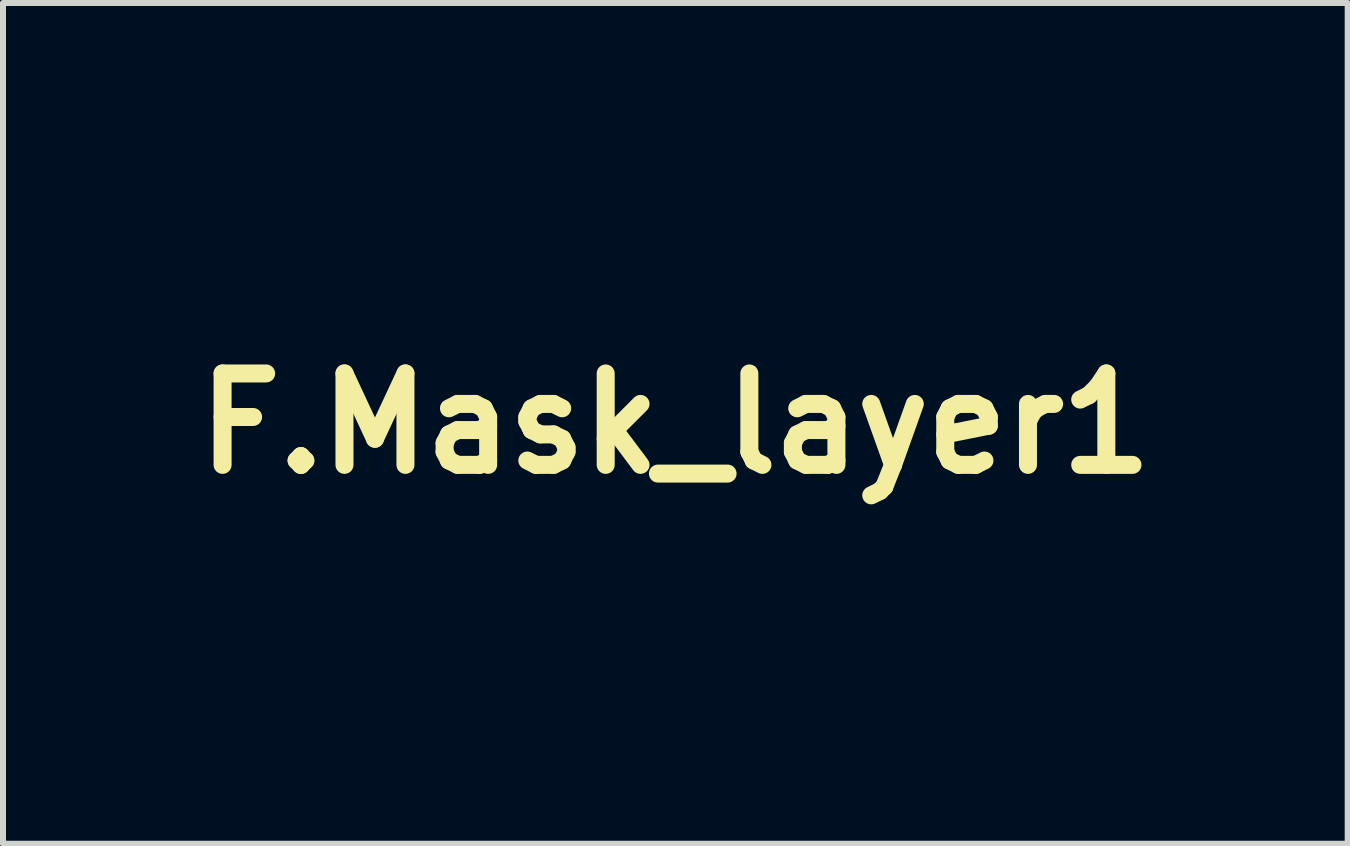
<source format=kicad_pcb>
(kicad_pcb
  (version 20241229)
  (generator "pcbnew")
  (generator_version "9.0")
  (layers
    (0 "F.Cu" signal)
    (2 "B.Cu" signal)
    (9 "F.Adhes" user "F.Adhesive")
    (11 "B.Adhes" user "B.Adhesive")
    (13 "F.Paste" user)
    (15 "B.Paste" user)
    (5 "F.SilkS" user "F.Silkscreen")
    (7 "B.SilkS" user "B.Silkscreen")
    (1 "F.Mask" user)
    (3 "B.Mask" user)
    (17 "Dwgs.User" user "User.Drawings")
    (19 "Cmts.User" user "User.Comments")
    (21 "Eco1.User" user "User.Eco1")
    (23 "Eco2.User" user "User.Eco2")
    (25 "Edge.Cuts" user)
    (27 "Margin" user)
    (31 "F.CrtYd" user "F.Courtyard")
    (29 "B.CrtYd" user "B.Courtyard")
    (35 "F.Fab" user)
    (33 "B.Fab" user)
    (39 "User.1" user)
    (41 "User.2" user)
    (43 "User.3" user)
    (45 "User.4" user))
  (footprint "F.Mask_layer1"
    (layer "F.Cu")
    (at 8.208 4.01)
    (property "Reference" "F.Mask_layer1" (at 0 0 0) (layer "F.SilkS") (effects (font (size 1.524 1.524) (thickness 0.3))))
    (attr through_hole)
    (fp_poly (pts (xy 0.498 -3.997) (xy 0.569 -3.991) (xy 0.622 -3.984) (xy 0.643 -3.978) (xy 0.644 -3.955) (xy 0.64 -3.896) (xy 0.631 -3.809) (xy 0.618 -3.7) (xy 0.602 -3.576) (xy 0.602 -3.568) (xy 0.586 -3.443) (xy 0.573 -3.333) (xy 0.564 -3.244) (xy 0.56 -3.184) (xy 0.56 -3.158) (xy 0.561 -3.158) (xy 0.584 -3.16) (xy 0.64 -3.173) (xy 0.722 -3.196) (xy 0.824 -3.226) (xy 0.894 -3.248) (xy 1.005 -3.282) (xy 1.102 -3.312) (xy 1.178 -3.335) (xy 1.225 -3.349) (xy 1.236 -3.352) (xy 1.253 -3.335) (xy 1.273 -3.29) (xy 1.294 -3.23) (xy 1.311 -3.168) (xy 1.321 -3.116) (xy 1.318 -3.089) (xy 1.318 -3.088) (xy 1.294 -3.078) (xy 1.235 -3.057) (xy 1.149 -3.028) (xy 1.042 -2.994) (xy 0.92 -2.956) (xy 0.906 -2.951) (xy 0.511 -2.829) (xy 0.499 -2.753) (xy 0.489 -2.683) (xy 0.478 -2.601) (xy 0.475 -2.579) (xy 0.462 -2.481) (xy 0.859 -2.606) (xy 0.981 -2.644) (xy 1.088 -2.677) (xy 1.174 -2.704) (xy 1.233 -2.723) (xy 1.259 -2.73) (xy 1.26 -2.731) (xy 1.267 -2.712) (xy 1.283 -2.664) (xy 1.302 -2.602) (xy 1.323 -2.528) (xy 1.328 -2.485) (xy 1.32 -2.462) (xy 1.314 -2.456) (xy 1.286 -2.445) (xy 1.224 -2.423) (xy 1.134 -2.394) (xy 1.024 -2.358) (xy 0.898 -2.318) (xy 0.856 -2.305) (xy 0.714 -2.261) (xy 0.607 -2.227) (xy 0.53 -2.2) (xy 0.478 -2.179) (xy 0.446 -2.161) (xy 0.427 -2.144) (xy 0.418 -2.126) (xy 0.415 -2.11) (xy 0.407 -2.055) (xy 0.403 -1.997) (xy 0.403 -1.949) (xy 0.408 -1.926) (xy 0.409 -1.926) (xy 0.43 -1.932) (xy 0.485 -1.949) (xy 0.566 -1.974) (xy 0.668 -2.006) (xy 0.751 -2.032) (xy 0.864 -2.067) (xy 0.963 -2.097) (xy 1.04 -2.121) (xy 1.088 -2.135) (xy 1.102 -2.138) (xy 1.114 -2.119) (xy 1.132 -2.073) (xy 1.151 -2.012) (xy 1.168 -1.949) (xy 1.179 -1.898) (xy 1.18 -1.872) (xy 1.18 -1.871) (xy 1.158 -1.862) (xy 1.101 -1.843) (xy 1.017 -1.815) (xy 0.911 -1.781) (xy 0.789 -1.742) (xy 0.759 -1.733) (xy 0.347 -1.604) (xy 0.3 -1.231) (xy 0.253 -0.857) (xy 0.38 -0.741) (xy 0.461 -0.672) (xy 0.55 -0.602) (xy 0.629 -0.548) (xy 0.751 -0.473) (xy 1.46 -0.77) (xy 1.461 -0.941) (xy 1.462 -1.032) (xy 1.465 -1.15) (xy 1.47 -1.277) (xy 1.474 -1.381) (xy 1.488 -1.651) (xy 1.761 -1.651) (xy 1.754 -1.272) (xy 1.746 -0.893) (xy 1.82 -0.925) (xy 1.879 -0.949) (xy 1.925 -0.966) (xy 1.93 -0.967) (xy 1.953 -0.98) (xy 1.969 -1.007) (xy 1.98 -1.053) (xy 1.986 -1.126) (xy 1.989 -1.231) (xy 1.989 -1.314) (xy 1.991 -1.438) (xy 1.995 -1.572) (xy 2 -1.694) (xy 2.003 -1.754) (xy 2.017 -1.947) (xy 2.293 -1.947) (xy 2.279 -1.533) (xy 2.265 -1.119) (xy 2.313 -1.134) (xy 2.359 -1.151) (xy 2.425 -1.178) (xy 2.468 -1.196) (xy 2.53 -1.225) (xy 2.563 -1.252) (xy 2.58 -1.29) (xy 2.589 -1.354) (xy 2.589 -1.357) (xy 2.595 -1.423) (xy 2.599 -1.519) (xy 2.602 -1.631) (xy 2.604 -1.746) (xy 2.604 -1.879) (xy 2.606 -1.976) (xy 2.613 -2.042) (xy 2.627 -2.084) (xy 2.651 -2.106) (xy 2.687 -2.115) (xy 2.738 -2.117) (xy 2.767 -2.117) (xy 2.904 -2.117) (xy 2.889 -1.746) (xy 2.885 -1.626) (xy 2.882 -1.523) (xy 2.881 -1.442) (xy 2.882 -1.391) (xy 2.884 -1.376) (xy 2.906 -1.384) (xy 2.961 -1.406) (xy 3.043 -1.439) (xy 3.144 -1.481) (xy 3.261 -1.53) (xy 3.272 -1.535) (xy 3.389 -1.583) (xy 3.493 -1.624) (xy 3.578 -1.655) (xy 3.637 -1.674) (xy 3.664 -1.678) (xy 3.664 -1.678) (xy 3.685 -1.645) (xy 3.709 -1.59) (xy 3.731 -1.527) (xy 3.748 -1.468) (xy 3.755 -1.428) (xy 3.753 -1.419) (xy 3.729 -1.406) (xy 3.672 -1.381) (xy 3.589 -1.345) (xy 3.487 -1.302) (xy 3.387 -1.26) (xy 3.273 -1.212) (xy 3.173 -1.17) (xy 3.093 -1.135) (xy 3.04 -1.111) (xy 3.021 -1.101) (xy 3.03 -1.083) (xy 3.065 -1.042) (xy 3.123 -0.983) (xy 3.196 -0.912) (xy 3.233 -0.878) (xy 3.317 -0.801) (xy 3.394 -0.731) (xy 3.455 -0.674) (xy 3.495 -0.638) (xy 3.502 -0.631) (xy 3.524 -0.609) (xy 3.527 -0.589) (xy 3.51 -0.561) (xy 3.468 -0.516) (xy 3.45 -0.498) (xy 3.399 -0.448) (xy 3.357 -0.413) (xy 3.337 -0.402) (xy 3.316 -0.416) (xy 3.27 -0.454) (xy 3.203 -0.511) (xy 3.123 -0.583) (xy 3.061 -0.639) (xy 2.971 -0.723) (xy 2.887 -0.8) (xy 2.817 -0.864) (xy 2.768 -0.909) (xy 2.751 -0.925) (xy 2.697 -0.973) (xy 2.555 -0.913) (xy 2.484 -0.883) (xy 2.43 -0.858) (xy 2.403 -0.843) (xy 2.402 -0.843) (xy 2.413 -0.826) (xy 2.452 -0.785) (xy 2.512 -0.725) (xy 2.59 -0.651) (xy 2.682 -0.566) (xy 2.688 -0.561) (xy 2.78 -0.475) (xy 2.861 -0.399) (xy 2.925 -0.337) (xy 2.968 -0.294) (xy 2.984 -0.274) (xy 2.984 -0.274) (xy 2.971 -0.251) (xy 2.937 -0.207) (xy 2.895 -0.159) (xy 2.805 -0.06) (xy 2.485 -0.353) (xy 2.386 -0.444) (xy 2.296 -0.527) (xy 2.219 -0.597) (xy 2.161 -0.649) (xy 2.129 -0.678) (xy 2.126 -0.681) (xy 2.1 -0.7) (xy 2.072 -0.704) (xy 2.031 -0.692) (xy 1.972 -0.668) (xy 1.859 -0.62) (xy 2.134 -0.369) (xy 2.409 -0.118) (xy 2.324 -0.017) (xy 2.277 0.036) (xy 2.238 0.073) (xy 2.219 0.085) (xy 2.198 0.071) (xy 2.151 0.033) (xy 2.083 -0.026) (xy 1.999 -0.101) (xy 1.905 -0.187) (xy 1.889 -0.201) (xy 1.794 -0.289) (xy 1.707 -0.365) (xy 1.636 -0.427) (xy 1.584 -0.469) (xy 1.558 -0.486) (xy 1.556 -0.487) (xy 1.529 -0.479) (xy 1.471 -0.457) (xy 1.387 -0.423) (xy 1.285 -0.381) (xy 1.195 -0.344) (xy 0.859 -0.2) (xy 0.832 -0.074) (xy 0.817 0.011) (xy 0.803 0.117) (xy 0.793 0.222) (xy 0.792 0.233) (xy 0.779 0.413) (xy 1.047 0.614) (xy 1.142 0.685) (xy 1.228 0.749) (xy 1.297 0.8) (xy 1.343 0.834) (xy 1.355 0.843) (xy 1.373 0.851) (xy 1.396 0.851) (xy 1.431 0.841) (xy 1.484 0.819) (xy 1.558 0.783) (xy 1.659 0.73) (xy 1.775 0.669) (xy 1.891 0.607) (xy 1.993 0.553) (xy 2.077 0.51) (xy 2.136 0.48) (xy 2.166 0.466) (xy 2.167 0.466) (xy 2.182 0.483) (xy 2.21 0.529) (xy 2.242 0.589) (xy 2.304 0.713) (xy 1.646 1.064) (xy 1.707 1.113) (xy 1.749 1.147) (xy 1.784 1.171) (xy 1.817 1.185) (xy 1.855 1.186) (xy 1.903 1.175) (xy 1.967 1.148) (xy 2.052 1.105) (xy 2.165 1.046) (xy 2.276 0.986) (xy 2.42 0.909) (xy 2.531 0.852) (xy 2.613 0.813) (xy 2.668 0.791) (xy 2.701 0.783) (xy 2.714 0.788) (xy 2.734 0.821) (xy 2.764 0.877) (xy 2.784 0.914) (xy 2.836 1.013) (xy 2.471 1.208) (xy 2.358 1.268) (xy 2.259 1.321) (xy 2.18 1.364) (xy 2.125 1.393) (xy 2.102 1.406) (xy 2.101 1.406) (xy 2.114 1.42) (xy 2.152 1.45) (xy 2.205 1.49) (xy 2.264 1.533) (xy 2.319 1.572) (xy 2.36 1.6) (xy 2.378 1.609) (xy 2.399 1.599) (xy 2.452 1.572) (xy 2.53 1.532) (xy 2.628 1.48) (xy 2.741 1.42) (xy 2.764 1.407) (xy 2.878 1.346) (xy 2.978 1.293) (xy 3.059 1.251) (xy 3.116 1.223) (xy 3.142 1.211) (xy 3.143 1.211) (xy 3.154 1.231) (xy 3.181 1.278) (xy 3.214 1.337) (xy 3.282 1.457) (xy 2.954 1.632) (xy 2.849 1.689) (xy 2.758 1.739) (xy 2.687 1.778) (xy 2.643 1.803) (xy 2.631 1.812) (xy 2.772 1.918) (xy 2.904 2.018) (xy 3.022 2.108) (xy 3.123 2.186) (xy 3.202 2.248) (xy 3.256 2.291) (xy 3.281 2.313) (xy 3.281 2.314) (xy 3.276 2.34) (xy 3.25 2.386) (xy 3.213 2.441) (xy 3.173 2.492) (xy 3.138 2.529) (xy 3.12 2.54) (xy 3.096 2.527) (xy 3.045 2.493) (xy 2.972 2.441) (xy 2.881 2.375) (xy 2.78 2.299) (xy 2.774 2.294) (xy 2.674 2.219) (xy 2.586 2.153) (xy 2.515 2.101) (xy 2.467 2.068) (xy 2.447 2.056) (xy 2.446 2.056) (xy 2.44 2.078) (xy 2.426 2.135) (xy 2.406 2.218) (xy 2.383 2.322) (xy 2.365 2.399) (xy 2.339 2.512) (xy 2.316 2.611) (xy 2.296 2.687) (xy 2.283 2.734) (xy 2.278 2.746) (xy 2.253 2.747) (xy 2.202 2.742) (xy 2.138 2.732) (xy 2.076 2.72) (xy 2.031 2.707) (xy 2.016 2.701) (xy 2.018 2.678) (xy 2.028 2.621) (xy 2.045 2.535) (xy 2.067 2.427) (xy 2.094 2.302) (xy 2.101 2.272) (xy 2.194 1.852) (xy 2.059 1.75) (xy 1.995 1.703) (xy 1.946 1.669) (xy 1.92 1.654) (xy 1.918 1.654) (xy 1.912 1.676) (xy 1.898 1.733) (xy 1.879 1.818) (xy 1.855 1.924) (xy 1.829 2.039) (xy 1.802 2.16) (xy 1.777 2.268) (xy 1.757 2.354) (xy 1.742 2.413) (xy 1.734 2.436) (xy 1.709 2.442) (xy 1.658 2.439) (xy 1.595 2.429) (xy 1.533 2.415) (xy 1.487 2.399) (xy 1.476 2.392) (xy 1.476 2.369) (xy 1.484 2.31) (xy 1.5 2.222) (xy 1.522 2.111) (xy 1.549 1.983) (xy 1.564 1.914) (xy 1.594 1.781) (xy 1.62 1.662) (xy 1.641 1.564) (xy 1.657 1.493) (xy 1.664 1.455) (xy 1.665 1.449) (xy 1.648 1.437) (xy 1.608 1.405) (xy 1.564 1.371) (xy 1.466 1.293) (xy 1.385 1.664) (xy 1.304 2.034) (xy 1.25 2.021) (xy 1.152 1.997) (xy 1.089 1.978) (xy 1.054 1.962) (xy 1.039 1.945) (xy 1.037 1.934) (xy 1.042 1.904) (xy 1.054 1.839) (xy 1.073 1.748) (xy 1.097 1.637) (xy 1.123 1.52) (xy 1.15 1.398) (xy 1.172 1.288) (xy 1.189 1.2) (xy 1.198 1.139) (xy 1.199 1.112) (xy 1.18 1.091) (xy 1.132 1.05) (xy 1.062 0.992) (xy 0.975 0.924) (xy 0.896 0.864) (xy 0.603 0.641) (xy 0.466 0.688) (xy 0.374 0.723) (xy 0.268 0.768) (xy 0.179 0.81) (xy 0.03 0.885) (xy -0.008 1.21) (xy -0.022 1.327) (xy -0.035 1.432) (xy -0.046 1.517) (xy -0.054 1.573) (xy -0.056 1.587) (xy -0.057 1.607) (xy -0.049 1.627) (xy -0.028 1.65) (xy 0.011 1.682) (xy 0.072 1.724) (xy 0.16 1.78) (xy 0.279 1.854) (xy 0.305 1.87) (xy 0.417 1.94) (xy 0.515 2.003) (xy 0.595 2.055) (xy 0.65 2.094) (xy 0.676 2.115) (xy 0.677 2.117) (xy 0.667 2.142) (xy 0.642 2.189) (xy 0.609 2.245) (xy 0.575 2.298) (xy 0.548 2.337) (xy 0.536 2.349) (xy 0.517 2.339) (xy 0.467 2.309) (xy 0.394 2.264) (xy 0.303 2.208) (xy 0.221 2.157) (xy 0.12 2.094) (xy 0.031 2.041) (xy -0.038 2.001) (xy -0.082 1.977) (xy -0.096 1.973) (xy -0.103 1.997) (xy -0.111 2.05) (xy -0.117 2.097) (xy -0.129 2.212) (xy 0.267 2.455) (xy 0.383 2.527) (xy 0.486 2.593) (xy 0.571 2.648) (xy 0.633 2.691) (xy 0.666 2.716) (xy 0.671 2.721) (xy 0.664 2.749) (xy 0.639 2.8) (xy 0.609 2.852) (xy 0.54 2.961) (xy -0.167 2.522) (xy -0.178 2.579) (xy -0.186 2.632) (xy -0.196 2.707) (xy -0.201 2.752) (xy -0.213 2.868) (xy 0.098 3.059) (xy 0.205 3.124) (xy 0.303 3.184) (xy 0.386 3.235) (xy 0.445 3.271) (xy 0.469 3.286) (xy 0.529 3.323) (xy 0.464 3.428) (xy 0.426 3.488) (xy 0.394 3.531) (xy 0.379 3.546) (xy 0.356 3.54) (xy 0.303 3.514) (xy 0.227 3.472) (xy 0.134 3.417) (xy 0.054 3.369) (xy -0.251 3.179) (xy -0.263 3.256) (xy -0.27 3.307) (xy -0.281 3.389) (xy -0.294 3.491) (xy -0.307 3.598) (xy -0.323 3.738) (xy -0.336 3.841) (xy -0.347 3.913) (xy -0.359 3.96) (xy -0.373 3.986) (xy -0.392 3.997) (xy -0.417 4) (xy -0.451 3.998) (xy -0.461 3.998) (xy -0.533 3.994) (xy -0.594 3.988) (xy -0.609 3.985) (xy -0.642 3.973) (xy -0.65 3.943) (xy -0.646 3.909) (xy -0.633 3.82) (xy -0.618 3.715) (xy -0.603 3.6) (xy -0.589 3.484) (xy -0.577 3.375) (xy -0.567 3.281) (xy -0.561 3.208) (xy -0.559 3.166) (xy -0.56 3.159) (xy -0.583 3.161) (xy -0.639 3.174) (xy -0.722 3.196) (xy -0.823 3.226) (xy -0.894 3.248) (xy -1.005 3.283) (xy -1.102 3.312) (xy -1.178 3.335) (xy -1.225 3.349) (xy -1.236 3.352) (xy -1.253 3.335) (xy -1.273 3.29) (xy -1.294 3.23) (xy -1.311 3.168) (xy -1.321 3.116) (xy -1.318 3.089) (xy -1.318 3.089) (xy -1.294 3.078) (xy -1.235 3.058) (xy -1.149 3.029) (xy -1.042 2.994) (xy -0.92 2.956) (xy -0.907 2.952) (xy -0.771 2.909) (xy -0.67 2.877) (xy -0.599 2.852) (xy -0.553 2.833) (xy -0.525 2.815) (xy -0.51 2.798) (xy -0.503 2.778) (xy -0.5 2.764) (xy -0.482 2.649) (xy -0.472 2.571) (xy -0.471 2.523) (xy -0.478 2.501) (xy -0.486 2.498) (xy -0.514 2.504) (xy -0.575 2.521) (xy -0.662 2.547) (xy -0.769 2.579) (xy -0.881 2.614) (xy -0.999 2.651) (xy -1.102 2.683) (xy -1.183 2.708) (xy -1.237 2.725) (xy -1.257 2.731) (xy -1.266 2.712) (xy -1.283 2.664) (xy -1.302 2.602) (xy -1.323 2.527) (xy -1.328 2.483) (xy -1.319 2.461) (xy -1.314 2.457) (xy -1.287 2.446) (xy -1.225 2.424) (xy -1.136 2.395) (xy -1.025 2.359) (xy -0.9 2.32) (xy -0.858 2.307) (xy -0.715 2.262) (xy -0.608 2.228) (xy -0.531 2.202) (xy -0.479 2.181) (xy -0.446 2.163) (xy -0.428 2.146) (xy -0.419 2.128) (xy -0.415 2.111) (xy -0.405 2.04) (xy -0.402 1.986) (xy -0.406 1.943) (xy -0.425 1.932) (xy -0.45 1.938) (xy -0.555 1.972) (xy -0.669 2.007) (xy -0.782 2.042) (xy -0.889 2.075) (xy -0.982 2.103) (xy -1.053 2.124) (xy -1.095 2.136) (xy -1.103 2.138) (xy -1.115 2.119) (xy -1.132 2.073) (xy -1.151 2.012) (xy -1.168 1.949) (xy -1.18 1.899) (xy -1.181 1.873) (xy -1.181 1.872) (xy -1.159 1.864) (xy -1.103 1.845) (xy -1.019 1.817) (xy -0.913 1.783) (xy -0.791 1.745) (xy -0.762 1.736) (xy -0.638 1.697) (xy -0.529 1.662) (xy -0.44 1.633) (xy -0.378 1.613) (xy -0.35 1.603) (xy -0.348 1.603) (xy -0.345 1.581) (xy -0.337 1.525) (xy -0.326 1.44) (xy -0.313 1.333) (xy -0.299 1.228) (xy -0.253 0.857) (xy -0.38 0.741) (xy -0.461 0.672) (xy -0.55 0.603) (xy -0.629 0.549) (xy -0.751 0.473) (xy -1.106 0.622) (xy -1.461 0.771) (xy -1.461 0.941) (xy -1.462 1.032) (xy -1.465 1.15) (xy -1.47 1.277) (xy -1.474 1.381) (xy -1.488 1.651) (xy -1.761 1.651) (xy -1.754 1.272) (xy -1.746 0.893) (xy -1.82 0.925) (xy -1.879 0.949) (xy -1.925 0.966) (xy -1.93 0.967) (xy -1.953 0.98) (xy -1.969 1.007) (xy -1.98 1.053) (xy -1.986 1.126) (xy -1.989 1.231) (xy -1.989 1.314) (xy -1.991 1.438) (xy -1.995 1.572) (xy -2 1.694) (xy -2.003 1.754) (xy -2.017 1.947) (xy -2.293 1.947) (xy -2.279 1.533) (xy -2.274 1.387) (xy -2.271 1.279) (xy -2.272 1.204) (xy -2.28 1.158) (xy -2.297 1.138) (xy -2.326 1.137) (xy -2.369 1.153) (xy -2.428 1.18) (xy -2.465 1.196) (xy -2.528 1.226) (xy -2.562 1.252) (xy -2.579 1.289) (xy -2.589 1.349) (xy -2.59 1.358) (xy -2.595 1.424) (xy -2.599 1.519) (xy -2.602 1.631) (xy -2.604 1.746) (xy -2.604 1.879) (xy -2.606 1.976) (xy -2.613 2.042) (xy -2.627 2.084) (xy -2.651 2.106) (xy -2.687 2.115) (xy -2.738 2.117) (xy -2.767 2.117) (xy -2.904 2.117) (xy -2.889 1.746) (xy -2.885 1.626) (xy -2.882 1.523) (xy -2.881 1.442) (xy -2.881 1.391) (xy -2.884 1.376) (xy -2.905 1.384) (xy -2.96 1.406) (xy -3.041 1.439) (xy -3.143 1.481) (xy -3.259 1.53) (xy -3.271 1.535) (xy -3.388 1.584) (xy -3.493 1.624) (xy -3.577 1.655) (xy -3.636 1.674) (xy -3.663 1.678) (xy -3.664 1.678) (xy -3.685 1.645) (xy -3.709 1.59) (xy -3.731 1.527) (xy -3.748 1.469) (xy -3.755 1.428) (xy -3.753 1.419) (xy -3.729 1.406) (xy -3.672 1.381) (xy -3.589 1.345) (xy -3.487 1.302) (xy -3.387 1.26) (xy -3.273 1.213) (xy -3.173 1.17) (xy -3.093 1.136) (xy -3.04 1.111) (xy -3.021 1.101) (xy -3.027 1.081) (xy -3.058 1.041) (xy -3.106 0.993) (xy -3.167 0.937) (xy -3.246 0.864) (xy -3.33 0.786) (xy -3.374 0.745) (xy -3.541 0.59) (xy -3.449 0.496) (xy -3.398 0.447) (xy -3.357 0.413) (xy -3.337 0.402) (xy -3.315 0.416) (xy -3.269 0.454) (xy -3.202 0.511) (xy -3.122 0.583) (xy -3.061 0.639) (xy -2.97 0.723) (xy -2.887 0.8) (xy -2.817 0.864) (xy -2.768 0.909) (xy -2.751 0.925) (xy -2.697 0.973) (xy -2.555 0.913) (xy -2.484 0.883) (xy -2.429 0.858) (xy -2.402 0.843) (xy -2.402 0.842) (xy -2.413 0.825) (xy -2.451 0.785) (xy -2.512 0.725) (xy -2.59 0.65) (xy -2.681 0.566) (xy -2.687 0.56) (xy -2.78 0.475) (xy -2.861 0.399) (xy -2.925 0.337) (xy -2.968 0.294) (xy -2.984 0.274) (xy -2.985 0.274) (xy -2.971 0.251) (xy -2.937 0.207) (xy -2.894 0.159) (xy -2.804 0.059) (xy -2.487 0.35) (xy -2.388 0.441) (xy -2.297 0.524) (xy -2.22 0.594) (xy -2.163 0.647) (xy -2.13 0.676) (xy -2.127 0.679) (xy -2.101 0.699) (xy -2.075 0.704) (xy -2.036 0.694) (xy -1.972 0.669) (xy -1.86 0.621) (xy -2.408 0.116) (xy -2.324 0.016) (xy -2.277 -0.037) (xy -2.238 -0.073) (xy -2.219 -0.085) (xy -2.198 -0.071) (xy -2.151 -0.033) (xy -2.083 0.026) (xy -2 0.1) (xy -1.905 0.186) (xy -1.889 0.201) (xy -1.793 0.288) (xy -1.706 0.365) (xy -1.635 0.426) (xy -1.584 0.468) (xy -1.558 0.486) (xy -1.556 0.487) (xy -1.529 0.479) (xy -1.471 0.457) (xy -1.391 0.425) (xy -1.295 0.386) (xy -1.194 0.344) (xy -1.093 0.301) (xy -1.002 0.261) (xy -0.929 0.228) (xy -0.881 0.205) (xy -0.866 0.196) (xy -0.855 0.167) (xy -0.84 0.106) (xy -0.825 0.023) (xy -0.809 -0.07) (xy -0.796 -0.164) (xy -0.787 -0.248) (xy -0.783 -0.312) (xy -0.783 -0.316) (xy -0.783 -0.413) (xy -1.061 -0.624) (xy -1.157 -0.697) (xy -1.241 -0.76) (xy -1.309 -0.811) (xy -1.355 -0.844) (xy -1.369 -0.853) (xy -1.4 -0.85) (xy -1.466 -0.824) (xy -1.567 -0.776) (xy -1.703 -0.707) (xy -1.777 -0.668) (xy -1.892 -0.607) (xy -1.994 -0.553) (xy -2.078 -0.51) (xy -2.137 -0.48) (xy -2.166 -0.466) (xy -2.167 -0.466) (xy -2.182 -0.483) (xy -2.21 -0.529) (xy -2.242 -0.589) (xy -2.304 -0.713) (xy -1.646 -1.064) (xy -1.707 -1.113) (xy -1.749 -1.147) (xy -1.784 -1.171) (xy -1.817 -1.185) (xy -1.855 -1.186) (xy -1.903 -1.175) (xy -1.967 -1.148) (xy -2.053 -1.105) (xy -2.165 -1.045) (xy -2.276 -0.986) (xy -2.396 -0.921) (xy -2.504 -0.865) (xy -2.593 -0.818) (xy -2.658 -0.785) (xy -2.694 -0.768) (xy -2.699 -0.767) (xy -2.711 -0.787) (xy -2.738 -0.833) (xy -2.771 -0.892) (xy -2.838 -1.012) (xy -2.472 -1.207) (xy -2.359 -1.267) (xy -2.26 -1.32) (xy -2.18 -1.363) (xy -2.126 -1.393) (xy -2.102 -1.406) (xy -2.101 -1.406) (xy -2.114 -1.42) (xy -2.152 -1.45) (xy -2.205 -1.49) (xy -2.264 -1.533) (xy -2.319 -1.572) (xy -2.36 -1.6) (xy -2.378 -1.609) (xy -2.399 -1.599) (xy -2.452 -1.572) (xy -2.53 -1.532) (xy -2.628 -1.48) (xy -2.741 -1.42) (xy -2.764 -1.407) (xy -2.878 -1.346) (xy -2.978 -1.293) (xy -3.059 -1.251) (xy -3.116 -1.223) (xy -3.142 -1.211) (xy -3.143 -1.211) (xy -3.154 -1.231) (xy -3.181 -1.278) (xy -3.215 -1.337) (xy -3.282 -1.457) (xy -3.012 -1.601) (xy -2.91 -1.655) (xy -2.817 -1.705) (xy -2.741 -1.746) (xy -2.692 -1.773) (xy -2.684 -1.778) (xy -2.627 -1.812) (xy -2.963 -2.064) (xy -3.083 -2.155) (xy -3.177 -2.23) (xy -3.244 -2.288) (xy -3.28 -2.325) (xy -3.285 -2.339) (xy -3.241 -2.406) (xy -3.194 -2.468) (xy -3.152 -2.515) (xy -3.123 -2.539) (xy -3.119 -2.54) (xy -3.095 -2.527) (xy -3.044 -2.493) (xy -2.97 -2.441) (xy -2.88 -2.375) (xy -2.779 -2.299) (xy -2.773 -2.295) (xy -2.673 -2.219) (xy -2.585 -2.153) (xy -2.514 -2.102) (xy -2.466 -2.068) (xy -2.446 -2.057) (xy -2.446 -2.057) (xy -2.44 -2.079) (xy -2.426 -2.135) (xy -2.406 -2.218) (xy -2.383 -2.322) (xy -2.365 -2.399) (xy -2.339 -2.512) (xy -2.316 -2.611) (xy -2.296 -2.687) (xy -2.283 -2.734) (xy -2.278 -2.746) (xy -2.253 -2.747) (xy -2.202 -2.742) (xy -2.138 -2.732) (xy -2.076 -2.72) (xy -2.031 -2.707) (xy -2.016 -2.701) (xy -2.018 -2.678) (xy -2.028 -2.621) (xy -2.045 -2.535) (xy -2.067 -2.427) (xy -2.094 -2.302) (xy -2.101 -2.272) (xy -2.194 -1.852) (xy -2.059 -1.75) (xy -1.995 -1.703) (xy -1.946 -1.669) (xy -1.92 -1.654) (xy -1.918 -1.654) (xy -1.912 -1.676) (xy -1.898 -1.733) (xy -1.879 -1.818) (xy -1.855 -1.924) (xy -1.829 -2.039) (xy -1.802 -2.161) (xy -1.777 -2.268) (xy -1.757 -2.355) (xy -1.742 -2.413) (xy -1.734 -2.437) (xy -1.709 -2.443) (xy -1.658 -2.44) (xy -1.594 -2.43) (xy -1.533 -2.416) (xy -1.488 -2.401) (xy -1.476 -2.394) (xy -1.477 -2.371) (xy -1.486 -2.314) (xy -1.501 -2.23) (xy -1.52 -2.126) (xy -1.544 -2.009) (xy -1.569 -1.886) (xy -1.595 -1.765) (xy -1.62 -1.653) (xy -1.642 -1.556) (xy -1.661 -1.482) (xy -1.651 -1.456) (xy -1.617 -1.418) (xy -1.571 -1.376) (xy -1.524 -1.34) (xy -1.486 -1.318) (xy -1.469 -1.318) (xy -1.462 -1.34) (xy -1.447 -1.397) (xy -1.427 -1.482) (xy -1.403 -1.587) (xy -1.383 -1.674) (xy -1.358 -1.789) (xy -1.335 -1.889) (xy -1.317 -1.966) (xy -1.306 -2.014) (xy -1.302 -2.027) (xy -1.281 -2.026) (xy -1.23 -2.016) (xy -1.173 -2.004) (xy -1.092 -1.981) (xy -1.048 -1.955) (xy -1.041 -1.943) (xy -1.044 -1.913) (xy -1.055 -1.848) (xy -1.073 -1.757) (xy -1.096 -1.646) (xy -1.123 -1.526) (xy -1.15 -1.403) (xy -1.173 -1.293) (xy -1.189 -1.204) (xy -1.199 -1.143) (xy -1.2 -1.115) (xy -1.181 -1.095) (xy -1.134 -1.053) (xy -1.064 -0.996) (xy -0.977 -0.927) (xy -0.897 -0.866) (xy -0.603 -0.641) (xy -0.466 -0.688) (xy -0.374 -0.723) (xy -0.268 -0.768) (xy -0.179 -0.81) (xy -0.03 -0.885) (xy 0.008 -1.21) (xy 0.022 -1.327) (xy 0.035 -1.432) (xy 0.046 -1.517) (xy 0.054 -1.573) (xy 0.056 -1.587) (xy 0.057 -1.607) (xy 0.049 -1.627) (xy 0.028 -1.651) (xy -0.011 -1.682) (xy -0.072 -1.724) (xy -0.16 -1.78) (xy -0.279 -1.854) (xy -0.305 -1.871) (xy -0.417 -1.94) (xy -0.515 -2.002) (xy -0.594 -2.053) (xy -0.65 -2.09) (xy -0.676 -2.11) (xy -0.677 -2.111) (xy -0.668 -2.135) (xy -0.643 -2.182) (xy -0.611 -2.238) (xy -0.578 -2.293) (xy -0.551 -2.334) (xy -0.538 -2.349) (xy -0.518 -2.339) (xy -0.468 -2.309) (xy -0.394 -2.264) (xy -0.303 -2.208) (xy -0.221 -2.157) (xy -0.12 -2.094) (xy -0.031 -2.041) (xy 0.038 -2.001) (xy 0.082 -1.977) (xy 0.096 -1.973) (xy 0.103 -1.997) (xy 0.111 -2.05) (xy 0.117 -2.097) (xy 0.13 -2.212) (xy -0.267 -2.456) (xy -0.383 -2.528) (xy -0.486 -2.593) (xy -0.571 -2.649) (xy -0.633 -2.691) (xy -0.666 -2.716) (xy -0.671 -2.721) (xy -0.664 -2.749) (xy -0.639 -2.8) (xy -0.609 -2.852) (xy -0.54 -2.961) (xy -0.186 -2.742) (xy -0.062 -2.665) (xy 0.03 -2.608) (xy 0.096 -2.572) (xy 0.14 -2.557) (xy 0.167 -2.564) (xy 0.182 -2.591) (xy 0.19 -2.64) (xy 0.197 -2.711) (xy 0.201 -2.752) (xy 0.213 -2.868) (xy -0.157 -3.096) (xy -0.528 -3.324) (xy -0.463 -3.429) (xy -0.425 -3.488) (xy -0.393 -3.532) (xy -0.379 -3.547) (xy -0.355 -3.54) (xy -0.302 -3.514) (xy -0.226 -3.472) (xy -0.133 -3.418) (xy -0.054 -3.369) (xy 0.251 -3.179) (xy 0.263 -3.257) (xy 0.27 -3.308) (xy 0.281 -3.389) (xy 0.294 -3.491) (xy 0.307 -3.598) (xy 0.32 -3.707) (xy 0.333 -3.806) (xy 0.344 -3.886) (xy 0.351 -3.934) (xy 0.363 -4.005) (xy 0.498 -3.997)) (stroke (width 0.01) (type solid)) (fill yes) (layer "F.Mask")))
  (gr_rect
    (start -3 -3)
    (end 19.416 11.015)
    (stroke (width 0.1) (type default))
    (fill no)
    (layer "Edge.Cuts")))
</source>
